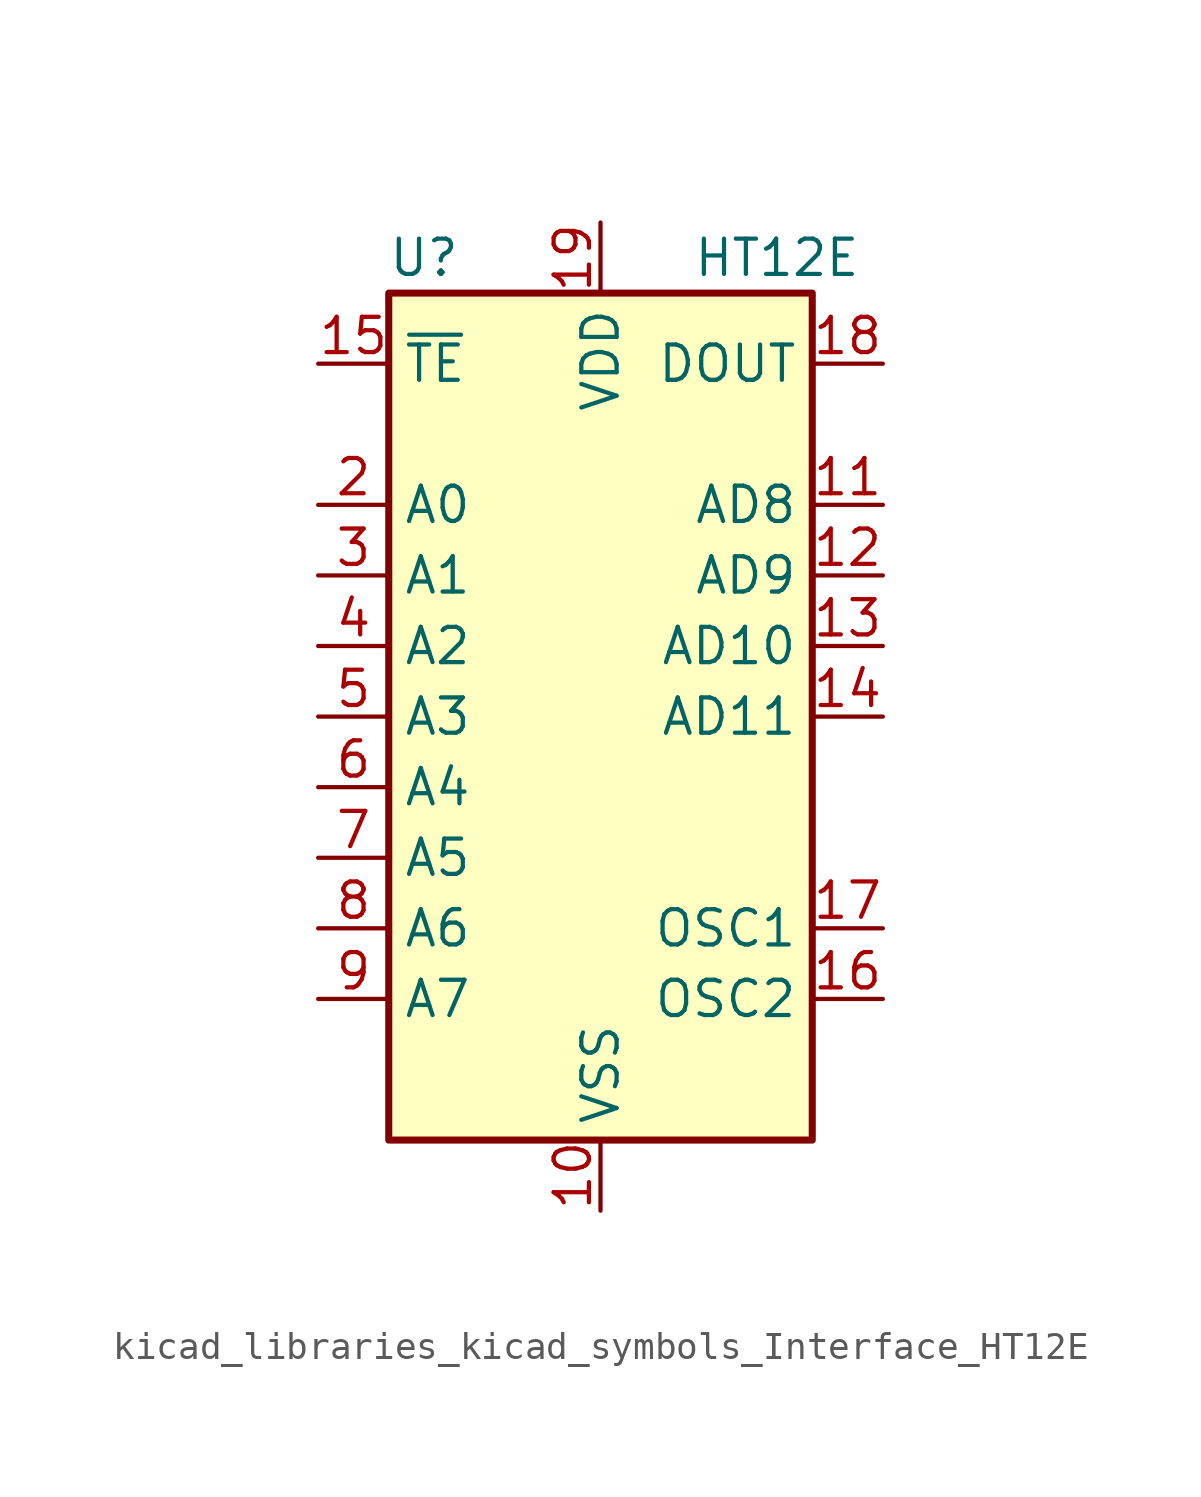
<source format=kicad_sym>
(kicad_symbol_lib
  (version 20220914)
  (generator kicad_symbol_editor)
  (symbol "kicad_libraries_kicad_symbols_Interface_HT12E"
    (property "Reference" "U"
      (at -6.35 16.51 0)
      (effects (font (size 1.27 1.27))))
    (property "Value" "HT12E"
      (at 6.35 16.51 0)
      (effects (font (size 1.27 1.27))))
    (symbol "kicad_libraries_kicad_symbols_Interface_HT12E_1_1"
      (rectangle (start -7.62 15.24) (end 7.62 -15.24) (stroke (width 0.254) (type default)) (fill (type background)))
      (pin no_connect line (at 7.62 -2.54 180) (length 2.54) hide (name "NC" (effects (font (size 1.27 1.27)))) (number "1" (effects (font (size 1.27 1.27)))))
      (pin power_in line (at 0 -17.78 90) (length 2.54) (name "VSS" (effects (font (size 1.27 1.27)))) (number "10" (effects (font (size 1.27 1.27)))))
      (pin output line (at 10.16 7.62 180) (length 2.54) (name "AD8" (effects (font (size 1.27 1.27)))) (number "11" (effects (font (size 1.27 1.27)))))
      (pin output line (at 10.16 5.08 180) (length 2.54) (name "AD9" (effects (font (size 1.27 1.27)))) (number "12" (effects (font (size 1.27 1.27)))))
      (pin output line (at 10.16 2.54 180) (length 2.54) (name "AD10" (effects (font (size 1.27 1.27)))) (number "13" (effects (font (size 1.27 1.27)))))
      (pin output line (at 10.16 0 180) (length 2.54) (name "AD11" (effects (font (size 1.27 1.27)))) (number "14" (effects (font (size 1.27 1.27)))))
      (pin input line (at -10.16 12.7 0) (length 2.54) (name "~{TE}" (effects (font (size 1.27 1.27)))) (number "15" (effects (font (size 1.27 1.27)))))
      (pin output line (at 10.16 -10.16 180) (length 2.54) (name "OSC2" (effects (font (size 1.27 1.27)))) (number "16" (effects (font (size 1.27 1.27)))))
      (pin input line (at 10.16 -7.62 180) (length 2.54) (name "OSC1" (effects (font (size 1.27 1.27)))) (number "17" (effects (font (size 1.27 1.27)))))
      (pin output line (at 10.16 12.7 180) (length 2.54) (name "DOUT" (effects (font (size 1.27 1.27)))) (number "18" (effects (font (size 1.27 1.27)))))
      (pin power_in line (at 0 17.78 270) (length 2.54) (name "VDD" (effects (font (size 1.27 1.27)))) (number "19" (effects (font (size 1.27 1.27)))))
      (pin input line (at -10.16 7.62 0) (length 2.54) (name "A0" (effects (font (size 1.27 1.27)))) (number "2" (effects (font (size 1.27 1.27)))))
      (pin no_connect line (at 7.62 -5.08 180) (length 2.54) hide (name "NC" (effects (font (size 1.27 1.27)))) (number "20" (effects (font (size 1.27 1.27)))))
      (pin input line (at -10.16 5.08 0) (length 2.54) (name "A1" (effects (font (size 1.27 1.27)))) (number "3" (effects (font (size 1.27 1.27)))))
      (pin input line (at -10.16 2.54 0) (length 2.54) (name "A2" (effects (font (size 1.27 1.27)))) (number "4" (effects (font (size 1.27 1.27)))))
      (pin input line (at -10.16 0 0) (length 2.54) (name "A3" (effects (font (size 1.27 1.27)))) (number "5" (effects (font (size 1.27 1.27)))))
      (pin input line (at -10.16 -2.54 0) (length 2.54) (name "A4" (effects (font (size 1.27 1.27)))) (number "6" (effects (font (size 1.27 1.27)))))
      (pin input line (at -10.16 -5.08 0) (length 2.54) (name "A5" (effects (font (size 1.27 1.27)))) (number "7" (effects (font (size 1.27 1.27)))))
      (pin input line (at -10.16 -7.62 0) (length 2.54) (name "A6" (effects (font (size 1.27 1.27)))) (number "8" (effects (font (size 1.27 1.27)))))
      (pin input line (at -10.16 -10.16 0) (length 2.54) (name "A7" (effects (font (size 1.27 1.27)))) (number "9" (effects (font (size 1.27 1.27))))))))
</source>
